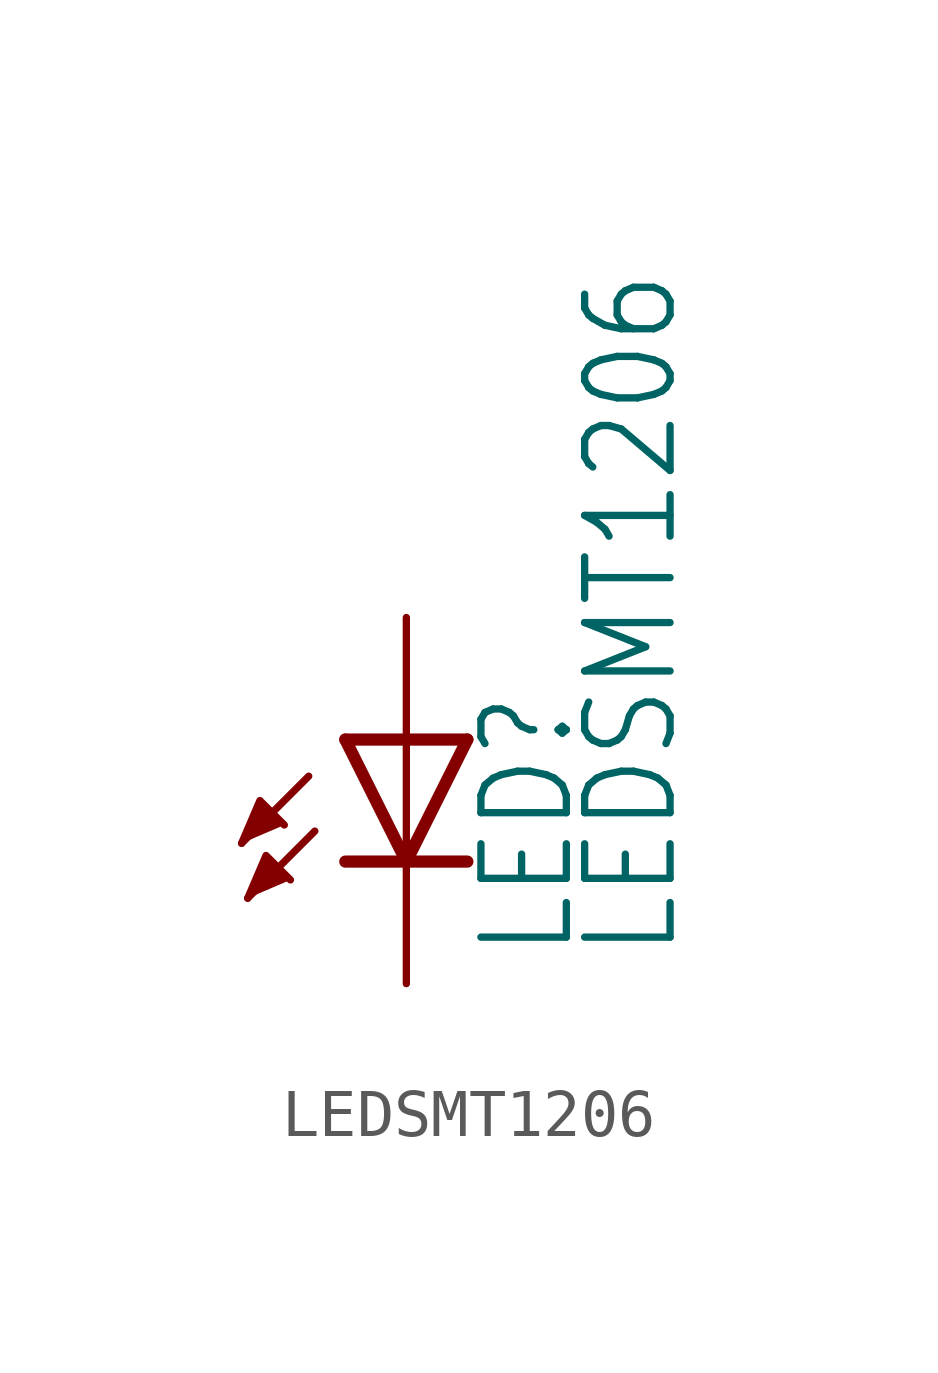
<source format=kicad_sym>
(kicad_symbol_lib
  (version 20220331)
  (generator kicad_symbol_editor)
  (symbol "LEDSMT1206"
    (property "Reference" "LED"
      (at 3.556 -4.572 90)
      (effects (font (size 1.778 1.511)) (justify left bottom)))
    (property "Value" "LEDSMT1206"
      (at 5.715 -4.572 90)
      (effects (font (size 1.778 1.511)) (justify left bottom)))
    (property "ki_locked" ""
      (at 0 0 0)
      (effects (font (size 1.27 1.27))))
    (symbol "LEDSMT1206_1_0"
      (polyline (pts (xy -2.032 -0.762) (xy -3.429 -2.159)) (stroke (width 0.152) (type solid)) (fill (type none)))
      (polyline (pts (xy -1.905 -1.905) (xy -3.302 -3.302)) (stroke (width 0.152) (type solid)) (fill (type none)))
      (polyline (pts (xy 0 -2.54) (xy -1.27 -2.54)) (stroke (width 0.254) (type solid)) (fill (type none)))
      (polyline (pts (xy 0 -2.54) (xy -1.27 0)) (stroke (width 0.254) (type solid)) (fill (type none)))
      (polyline (pts (xy 0 0) (xy -1.27 0)) (stroke (width 0.254) (type solid)) (fill (type none)))
      (polyline (pts (xy 0 0) (xy 0 -2.54)) (stroke (width 0.152) (type solid)) (fill (type none)))
      (polyline (pts (xy 1.27 -2.54) (xy 0 -2.54)) (stroke (width 0.254) (type solid)) (fill (type none)))
      (polyline (pts (xy 1.27 0) (xy 0 -2.54)) (stroke (width 0.254) (type solid)) (fill (type none)))
      (polyline (pts (xy 1.27 0) (xy 0 0)) (stroke (width 0.254) (type solid)) (fill (type none)))
      (polyline (pts (xy -3.429 -2.159) (xy -3.048 -1.27) (xy -2.54 -1.778)) (stroke (width 0) (type default)) (fill (type outline)))
      (polyline (pts (xy -3.302 -3.302) (xy -2.921 -2.413) (xy -2.413 -2.921)) (stroke (width 0) (type default)) (fill (type outline)))
      (pin passive line (at 0 2.54 270) (length 2.54) (name "A" (effects (font (size 0 0)))) (number "A" (effects (font (size 0 0)))))
      (pin passive line (at 0 -5.08 90) (length 2.54) (name "C" (effects (font (size 0 0)))) (number "C" (effects (font (size 0 0))))))))
</source>
